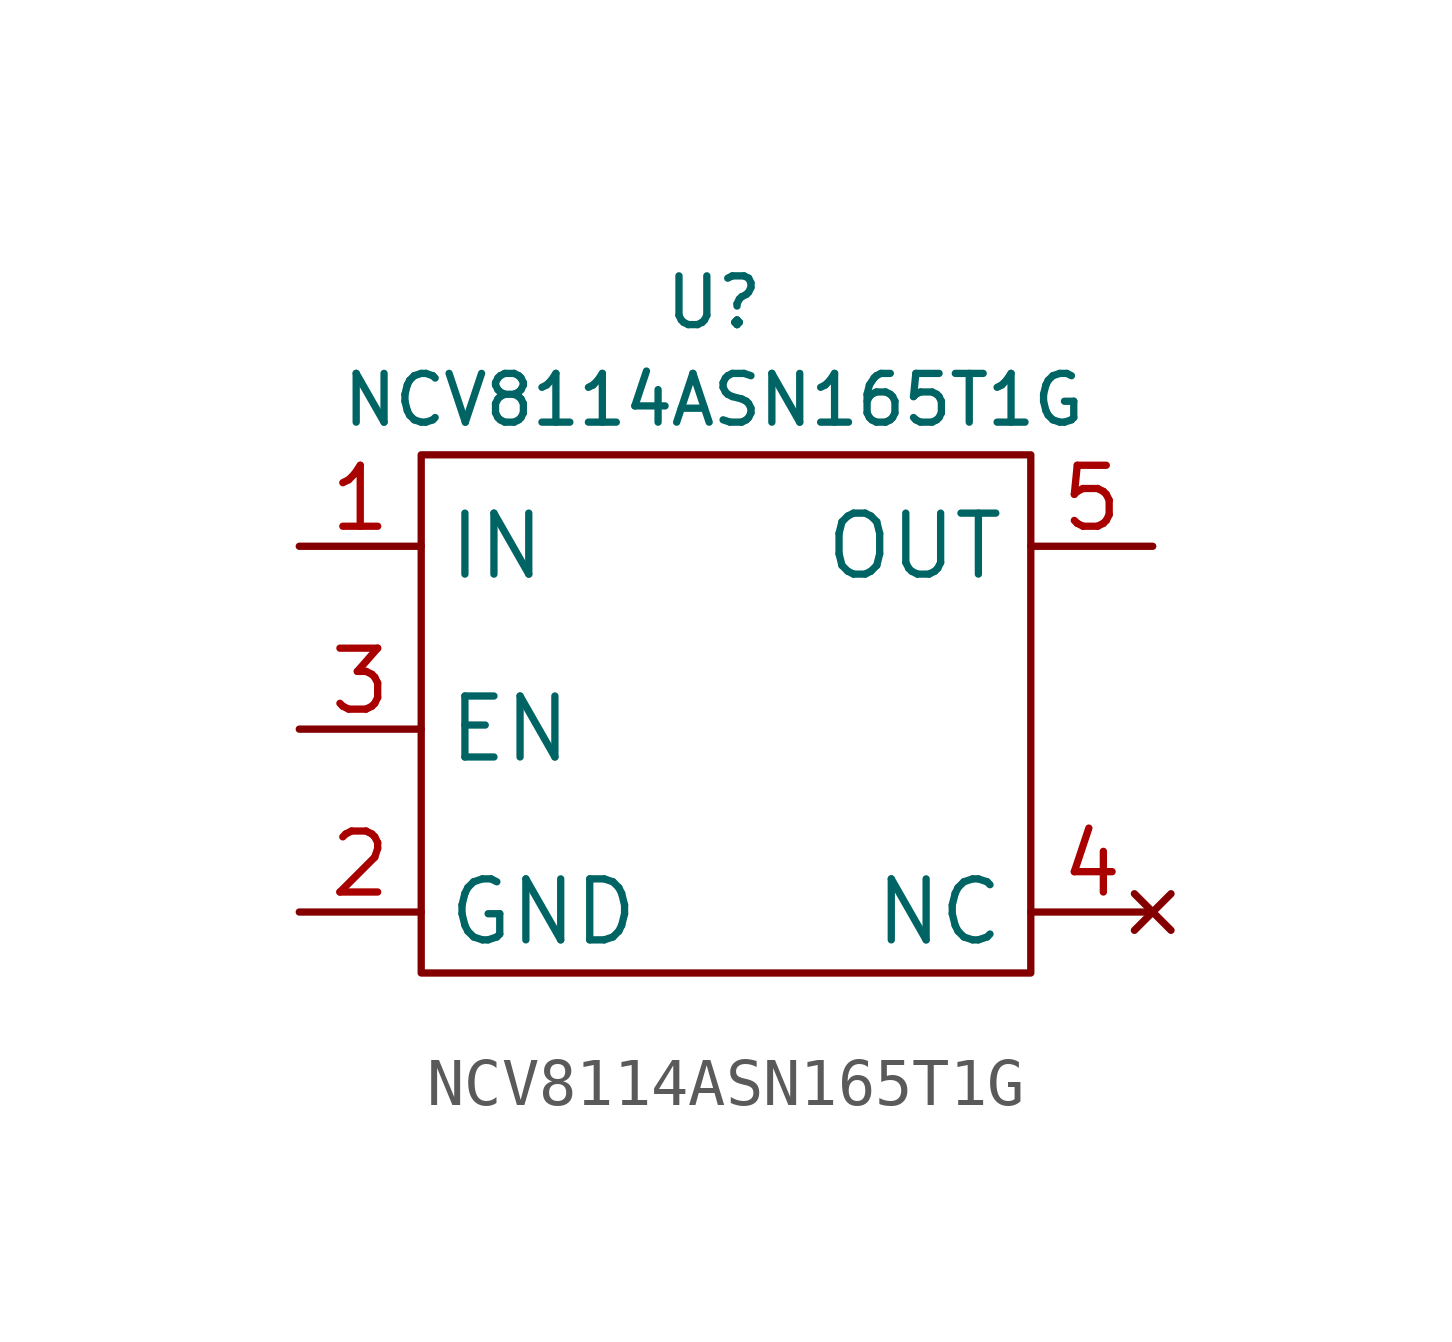
<source format=kicad_sym>
(kicad_symbol_lib
  (version 20241209)
  (generator "kicad_symbol_editor")
  (generator_version "9.0")
  (symbol "NCV8114ASN165T1G"
    (property "Reference" "U"
      (at -0.254 5.08 0)
      (effects (font (size 1.016 1.016))))
    (property "Value" "NCV8114ASN165T1G"
      (at -0.254 3.048 0)
      (effects (font (size 1.016 1.016))))
    (symbol "NCV8114ASN165T1G_0_1"
      (rectangle (start -6.35 1.905) (end 6.35 -8.89) (stroke (width 0) (type default)) (fill (type none))))
    (symbol "NCV8114ASN165T1G_1_1"
      (pin passive line (at -8.89 0 0) (length 2.54) (name "IN" (effects (font (size 1.27 1.27)))) (number "1" (effects (font (size 1.27 1.27)))))
      (pin passive line (at -8.89 -3.81 0) (length 2.54) (name "EN" (effects (font (size 1.27 1.27)))) (number "3" (effects (font (size 1.27 1.27)))))
      (pin passive line (at -8.89 -7.62 0) (length 2.54) (name "GND" (effects (font (size 1.27 1.27)))) (number "2" (effects (font (size 1.27 1.27)))))
      (pin passive line (at 8.89 0 180) (length 2.54) (name "OUT" (effects (font (size 1.27 1.27)))) (number "5" (effects (font (size 1.27 1.27)))))
      (pin no_connect line (at 8.89 -7.62 180) (length 2.54) (name "NC" (effects (font (size 1.27 1.27)))) (number "4" (effects (font (size 1.27 1.27))))))))
</source>
